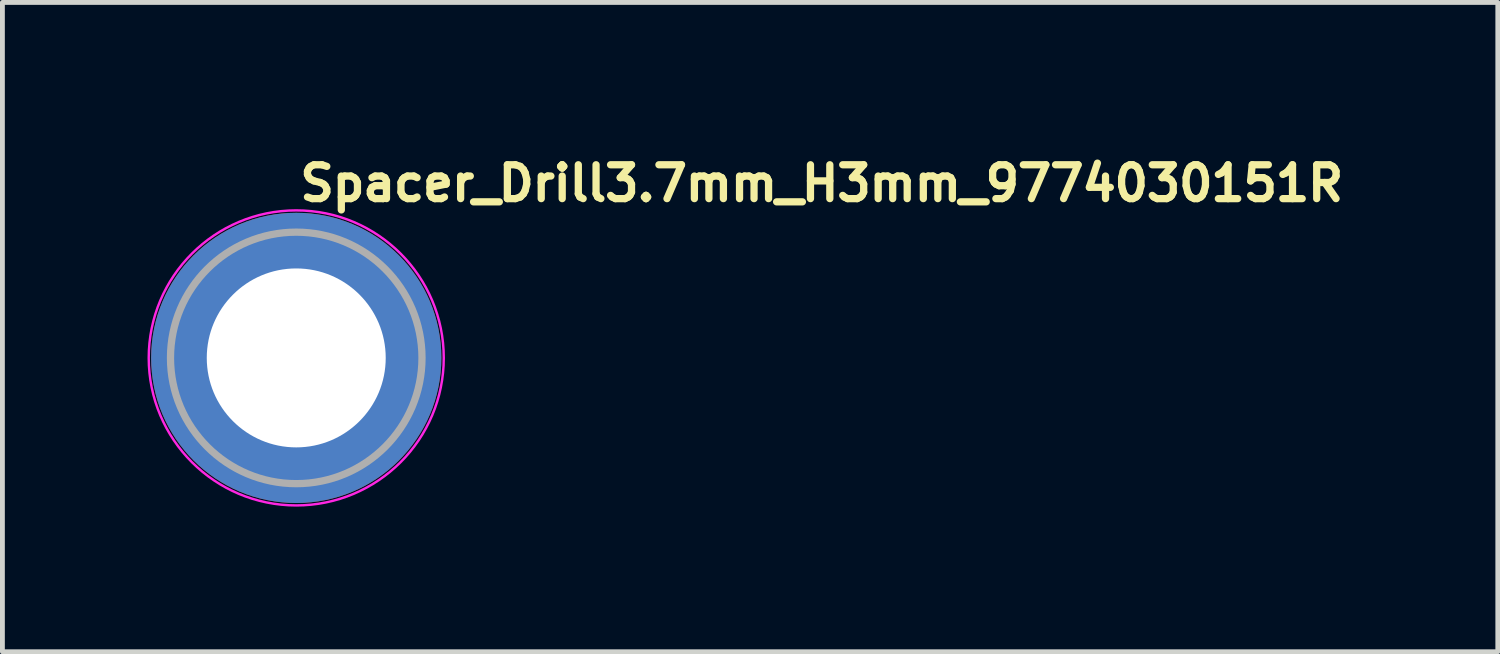
<source format=kicad_pcb>
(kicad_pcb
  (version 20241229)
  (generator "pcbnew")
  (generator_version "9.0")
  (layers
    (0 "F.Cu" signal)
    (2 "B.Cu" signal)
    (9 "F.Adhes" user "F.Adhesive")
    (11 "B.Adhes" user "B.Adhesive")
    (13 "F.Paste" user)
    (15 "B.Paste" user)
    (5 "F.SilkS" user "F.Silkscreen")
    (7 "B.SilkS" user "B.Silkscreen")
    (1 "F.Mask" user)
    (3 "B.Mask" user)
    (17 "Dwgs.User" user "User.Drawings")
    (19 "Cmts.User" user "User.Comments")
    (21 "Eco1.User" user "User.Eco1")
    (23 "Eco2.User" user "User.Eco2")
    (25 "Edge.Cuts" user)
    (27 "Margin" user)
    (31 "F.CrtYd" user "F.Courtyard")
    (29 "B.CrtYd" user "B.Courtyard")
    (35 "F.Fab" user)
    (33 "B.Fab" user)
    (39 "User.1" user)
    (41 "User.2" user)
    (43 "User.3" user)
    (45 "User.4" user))
  (footprint "Spacer_Drill3.7mm_H3mm_9774030151R"
    (layer "F.Cu")
    (at 3.075 4.35)
    (property "Reference" "Spacer_Drill3.7mm_H3mm_9774030151R" (at 0 -3.2 0) (layer "F.SilkS") (effects (font (size 0.7 0.7) (thickness 0.15)) (justify left bottom)))
    (attr smd)
    (fp_circle (center 0 0) (end 3.05 0) (stroke (width 0.05) (type solid)) (fill no) (layer "F.CrtYd"))
    (fp_circle (center 0 0) (end 2.6 0) (stroke (width 0.15) (type solid)) (fill no) (layer "F.Fab"))
    (fp_circle (center 0 0) (end 2.6 0) (stroke (width 0.1) (type solid)) (fill no) (layer "User.5"))
    (fp_line (start -2.549 0) (end -2.549 0) (stroke (width 0.02) (type solid)) (layer "User.9"))
    (fp_line (start -2.549 0) (end -2.545 0.131) (stroke (width 0.02) (type solid)) (layer "User.9"))
    (fp_line (start -2.545 -0.131) (end -2.549 0) (stroke (width 0.02) (type solid)) (layer "User.9"))
    (fp_line (start -2.545 0.131) (end -2.536 0.26) (stroke (width 0.02) (type solid)) (layer "User.9"))
    (fp_line (start -2.536 -0.26) (end -2.545 -0.131) (stroke (width 0.02) (type solid)) (layer "User.9"))
    (fp_line (start -2.536 0.26) (end -2.52 0.388) (stroke (width 0.02) (type solid)) (layer "User.9"))
    (fp_line (start -2.52 -0.388) (end -2.536 -0.26) (stroke (width 0.02) (type solid)) (layer "User.9"))
    (fp_line (start -2.52 0.388) (end -2.498 0.513) (stroke (width 0.02) (type solid)) (layer "User.9"))
    (fp_line (start -2.498 -0.513) (end -2.52 -0.388) (stroke (width 0.02) (type solid)) (layer "User.9"))
    (fp_line (start -2.498 0.513) (end -2.469 0.637) (stroke (width 0.02) (type solid)) (layer "User.9"))
    (fp_line (start -2.469 -0.637) (end -2.498 -0.513) (stroke (width 0.02) (type solid)) (layer "User.9"))
    (fp_line (start -2.469 0.637) (end -2.435 0.758) (stroke (width 0.02) (type solid)) (layer "User.9"))
    (fp_line (start -2.435 -0.758) (end -2.469 -0.637) (stroke (width 0.02) (type solid)) (layer "User.9"))
    (fp_line (start -2.435 0.758) (end -2.395 0.876) (stroke (width 0.02) (type solid)) (layer "User.9"))
    (fp_line (start -2.395 -0.876) (end -2.435 -0.758) (stroke (width 0.02) (type solid)) (layer "User.9"))
    (fp_line (start -2.395 0.876) (end -2.349 0.992) (stroke (width 0.02) (type solid)) (layer "User.9"))
    (fp_line (start -2.349 -0.992) (end -2.395 -0.876) (stroke (width 0.02) (type solid)) (layer "User.9"))
    (fp_line (start -2.349 0.992) (end -2.298 1.105) (stroke (width 0.02) (type solid)) (layer "User.9"))
    (fp_line (start -2.298 -1.105) (end -2.349 -0.992) (stroke (width 0.02) (type solid)) (layer "User.9"))
    (fp_line (start -2.298 1.105) (end -2.242 1.215) (stroke (width 0.02) (type solid)) (layer "User.9"))
    (fp_line (start -2.242 -1.215) (end -2.298 -1.105) (stroke (width 0.02) (type solid)) (layer "User.9"))
    (fp_line (start -2.242 1.215) (end -2.18 1.322) (stroke (width 0.02) (type solid)) (layer "User.9"))
    (fp_line (start -2.18 -1.322) (end -2.242 -1.215) (stroke (width 0.02) (type solid)) (layer "User.9"))
    (fp_line (start -2.18 1.322) (end -2.114 1.425) (stroke (width 0.02) (type solid)) (layer "User.9"))
    (fp_line (start -2.114 -1.425) (end -2.18 -1.322) (stroke (width 0.02) (type solid)) (layer "User.9"))
    (fp_line (start -2.114 1.425) (end -2.043 1.524) (stroke (width 0.02) (type solid)) (layer "User.9"))
    (fp_line (start -2.043 -1.524) (end -2.114 -1.425) (stroke (width 0.02) (type solid)) (layer "User.9"))
    (fp_line (start -2.043 1.524) (end -1.967 1.622) (stroke (width 0.02) (type solid)) (layer "User.9"))
    (fp_line (start -1.967 -1.622) (end -2.043 -1.524) (stroke (width 0.02) (type solid)) (layer "User.9"))
    (fp_line (start -1.967 1.622) (end -1.887 1.714) (stroke (width 0.02) (type solid)) (layer "User.9"))
    (fp_line (start -1.887 -1.714) (end -1.967 -1.622) (stroke (width 0.02) (type solid)) (layer "User.9"))
    (fp_line (start -1.887 1.714) (end -1.803 1.803) (stroke (width 0.02) (type solid)) (layer "User.9"))
    (fp_line (start -1.803 -1.803) (end -1.887 -1.714) (stroke (width 0.02) (type solid)) (layer "User.9"))
    (fp_line (start -1.803 1.803) (end -1.714 1.887) (stroke (width 0.02) (type solid)) (layer "User.9"))
    (fp_line (start -1.714 -1.887) (end -1.803 -1.803) (stroke (width 0.02) (type solid)) (layer "User.9"))
    (fp_line (start -1.714 1.887) (end -1.622 1.967) (stroke (width 0.02) (type solid)) (layer "User.9"))
    (fp_line (start -1.622 -1.967) (end -1.714 -1.887) (stroke (width 0.02) (type solid)) (layer "User.9"))
    (fp_line (start -1.622 1.967) (end -1.524 2.043) (stroke (width 0.02) (type solid)) (layer "User.9"))
    (fp_line (start -1.524 -2.043) (end -1.622 -1.967) (stroke (width 0.02) (type solid)) (layer "User.9"))
    (fp_line (start -1.524 2.043) (end -1.425 2.114) (stroke (width 0.02) (type solid)) (layer "User.9"))
    (fp_line (start -1.425 -2.114) (end -1.524 -2.043) (stroke (width 0.02) (type solid)) (layer "User.9"))
    (fp_line (start -1.425 2.114) (end -1.322 2.18) (stroke (width 0.02) (type solid)) (layer "User.9"))
    (fp_line (start -1.322 -2.18) (end -1.425 -2.114) (stroke (width 0.02) (type solid)) (layer "User.9"))
    (fp_line (start -1.322 2.18) (end -1.215 2.242) (stroke (width 0.02) (type solid)) (layer "User.9"))
    (fp_line (start -1.215 -2.242) (end -1.322 -2.18) (stroke (width 0.02) (type solid)) (layer "User.9"))
    (fp_line (start -1.215 2.242) (end -1.105 2.298) (stroke (width 0.02) (type solid)) (layer "User.9"))
    (fp_line (start -1.105 -2.298) (end -1.215 -2.242) (stroke (width 0.02) (type solid)) (layer "User.9"))
    (fp_line (start -1.105 2.298) (end -0.992 2.349) (stroke (width 0.02) (type solid)) (layer "User.9"))
    (fp_line (start -1.006 0) (end -1.006 0) (stroke (width 0.02) (type solid)) (layer "User.9"))
    (fp_line (start -1.006 0) (end -1.004 0.05) (stroke (width 0.02) (type solid)) (layer "User.9"))
    (fp_line (start -1.004 -0.05) (end -1.006 0) (stroke (width 0.02) (type solid)) (layer "User.9"))
    (fp_line (start -1.004 0.05) (end -1 0.101) (stroke (width 0.02) (type solid)) (layer "User.9"))
    (fp_line (start -1 -0.101) (end -1.004 -0.05) (stroke (width 0.02) (type solid)) (layer "User.9"))
    (fp_line (start -1 0.101) (end -0.994 0.153) (stroke (width 0.02) (type solid)) (layer "User.9"))
    (fp_line (start -0.994 -0.153) (end -1 -0.101) (stroke (width 0.02) (type solid)) (layer "User.9"))
    (fp_line (start -0.994 0.153) (end -0.986 0.202) (stroke (width 0.02) (type solid)) (layer "User.9"))
    (fp_line (start -0.992 -2.349) (end -1.105 -2.298) (stroke (width 0.02) (type solid)) (layer "User.9"))
    (fp_line (start -0.992 2.349) (end -0.876 2.395) (stroke (width 0.02) (type solid)) (layer "User.9"))
    (fp_line (start -0.986 -0.202) (end -0.994 -0.153) (stroke (width 0.02) (type solid)) (layer "User.9"))
    (fp_line (start -0.986 0.202) (end -0.974 0.251) (stroke (width 0.02) (type solid)) (layer "User.9"))
    (fp_line (start -0.974 -0.251) (end -0.986 -0.202) (stroke (width 0.02) (type solid)) (layer "User.9"))
    (fp_line (start -0.974 0.251) (end -0.961 0.299) (stroke (width 0.02) (type solid)) (layer "User.9"))
    (fp_line (start -0.961 -0.299) (end -0.974 -0.251) (stroke (width 0.02) (type solid)) (layer "User.9"))
    (fp_line (start -0.961 0.299) (end -0.944 0.345) (stroke (width 0.02) (type solid)) (layer "User.9"))
    (fp_line (start -0.944 -0.345) (end -0.961 -0.299) (stroke (width 0.02) (type solid)) (layer "User.9"))
    (fp_line (start -0.944 0.345) (end -0.927 0.391) (stroke (width 0.02) (type solid)) (layer "User.9"))
    (fp_line (start -0.927 -0.391) (end -0.944 -0.345) (stroke (width 0.02) (type solid)) (layer "User.9"))
    (fp_line (start -0.927 0.391) (end -0.907 0.436) (stroke (width 0.02) (type solid)) (layer "User.9"))
    (fp_line (start -0.907 -0.436) (end -0.927 -0.391) (stroke (width 0.02) (type solid)) (layer "User.9"))
    (fp_line (start -0.907 0.436) (end -0.885 0.478) (stroke (width 0.02) (type solid)) (layer "User.9"))
    (fp_line (start -0.885 -0.478) (end -0.907 -0.436) (stroke (width 0.02) (type solid)) (layer "User.9"))
    (fp_line (start -0.885 0.478) (end -0.86 0.521) (stroke (width 0.02) (type solid)) (layer "User.9"))
    (fp_line (start -0.876 -2.395) (end -0.992 -2.349) (stroke (width 0.02) (type solid)) (layer "User.9"))
    (fp_line (start -0.876 2.395) (end -0.758 2.435) (stroke (width 0.02) (type solid)) (layer "User.9"))
    (fp_line (start -0.86 -0.521) (end -0.885 -0.478) (stroke (width 0.02) (type solid)) (layer "User.9"))
    (fp_line (start -0.86 0.521) (end -0.834 0.562) (stroke (width 0.02) (type solid)) (layer "User.9"))
    (fp_line (start -0.834 -0.562) (end -0.86 -0.521) (stroke (width 0.02) (type solid)) (layer "User.9"))
    (fp_line (start -0.834 0.562) (end -0.806 0.602) (stroke (width 0.02) (type solid)) (layer "User.9"))
    (fp_line (start -0.806 -0.602) (end -0.834 -0.562) (stroke (width 0.02) (type solid)) (layer "User.9"))
    (fp_line (start -0.806 0.602) (end -0.776 0.64) (stroke (width 0.02) (type solid)) (layer "User.9"))
    (fp_line (start -0.776 -0.64) (end -0.806 -0.602) (stroke (width 0.02) (type solid)) (layer "User.9"))
    (fp_line (start -0.776 0.64) (end -0.745 0.676) (stroke (width 0.02) (type solid)) (layer "User.9"))
    (fp_line (start -0.758 -2.435) (end -0.876 -2.395) (stroke (width 0.02) (type solid)) (layer "User.9"))
    (fp_line (start -0.758 2.435) (end -0.637 2.469) (stroke (width 0.02) (type solid)) (layer "User.9"))
    (fp_line (start -0.745 -0.676) (end -0.776 -0.64) (stroke (width 0.02) (type solid)) (layer "User.9"))
    (fp_line (start -0.745 0.676) (end -0.711 0.711) (stroke (width 0.02) (type solid)) (layer "User.9"))
    (fp_line (start -0.711 -0.711) (end -0.745 -0.676) (stroke (width 0.02) (type solid)) (layer "User.9"))
    (fp_line (start -0.711 0.711) (end -0.676 0.745) (stroke (width 0.02) (type solid)) (layer "User.9"))
    (fp_line (start -0.676 -0.745) (end -0.711 -0.711) (stroke (width 0.02) (type solid)) (layer "User.9"))
    (fp_line (start -0.676 0.745) (end -0.64 0.776) (stroke (width 0.02) (type solid)) (layer "User.9"))
    (fp_line (start -0.64 -0.776) (end -0.676 -0.745) (stroke (width 0.02) (type solid)) (layer "User.9"))
    (fp_line (start -0.64 0.776) (end -0.602 0.806) (stroke (width 0.02) (type solid)) (layer "User.9"))
    (fp_line (start -0.637 -2.469) (end -0.758 -2.435) (stroke (width 0.02) (type solid)) (layer "User.9"))
    (fp_line (start -0.637 2.469) (end -0.513 2.498) (stroke (width 0.02) (type solid)) (layer "User.9"))
    (fp_line (start -0.602 -0.806) (end -0.64 -0.776) (stroke (width 0.02) (type solid)) (layer "User.9"))
    (fp_line (start -0.602 0.806) (end -0.562 0.834) (stroke (width 0.02) (type solid)) (layer "User.9"))
    (fp_line (start -0.562 -0.834) (end -0.602 -0.806) (stroke (width 0.02) (type solid)) (layer "User.9"))
    (fp_line (start -0.562 0.834) (end -0.521 0.86) (stroke (width 0.02) (type solid)) (layer "User.9"))
    (fp_line (start -0.521 -0.86) (end -0.562 -0.834) (stroke (width 0.02) (type solid)) (layer "User.9"))
    (fp_line (start -0.521 0.86) (end -0.478 0.885) (stroke (width 0.02) (type solid)) (layer "User.9"))
    (fp_line (start -0.513 -2.498) (end -0.637 -2.469) (stroke (width 0.02) (type solid)) (layer "User.9"))
    (fp_line (start -0.513 2.498) (end -0.388 2.52) (stroke (width 0.02) (type solid)) (layer "User.9"))
    (fp_line (start -0.478 -0.885) (end -0.521 -0.86) (stroke (width 0.02) (type solid)) (layer "User.9"))
    (fp_line (start -0.478 0.885) (end -0.436 0.907) (stroke (width 0.02) (type solid)) (layer "User.9"))
    (fp_line (start -0.436 -0.907) (end -0.478 -0.885) (stroke (width 0.02) (type solid)) (layer "User.9"))
    (fp_line (start -0.436 0.907) (end -0.391 0.927) (stroke (width 0.02) (type solid)) (layer "User.9"))
    (fp_line (start -0.391 -0.927) (end -0.436 -0.907) (stroke (width 0.02) (type solid)) (layer "User.9"))
    (fp_line (start -0.391 0.927) (end -0.345 0.944) (stroke (width 0.02) (type solid)) (layer "User.9"))
    (fp_line (start -0.388 -2.52) (end -0.513 -2.498) (stroke (width 0.02) (type solid)) (layer "User.9"))
    (fp_line (start -0.388 2.52) (end -0.26 2.536) (stroke (width 0.02) (type solid)) (layer "User.9"))
    (fp_line (start -0.345 -0.944) (end -0.391 -0.927) (stroke (width 0.02) (type solid)) (layer "User.9"))
    (fp_line (start -0.345 0.944) (end -0.299 0.961) (stroke (width 0.02) (type solid)) (layer "User.9"))
    (fp_line (start -0.299 -0.961) (end -0.345 -0.944) (stroke (width 0.02) (type solid)) (layer "User.9"))
    (fp_line (start -0.299 0.961) (end -0.251 0.974) (stroke (width 0.02) (type solid)) (layer "User.9"))
    (fp_line (start -0.26 -2.536) (end -0.388 -2.52) (stroke (width 0.02) (type solid)) (layer "User.9"))
    (fp_line (start -0.26 2.536) (end -0.131 2.545) (stroke (width 0.02) (type solid)) (layer "User.9"))
    (fp_line (start -0.251 -0.974) (end -0.299 -0.961) (stroke (width 0.02) (type solid)) (layer "User.9"))
    (fp_line (start -0.251 0.974) (end -0.202 0.986) (stroke (width 0.02) (type solid)) (layer "User.9"))
    (fp_line (start -0.202 -0.986) (end -0.251 -0.974) (stroke (width 0.02) (type solid)) (layer "User.9"))
    (fp_line (start -0.202 0.986) (end -0.153 0.994) (stroke (width 0.02) (type solid)) (layer "User.9"))
    (fp_line (start -0.153 -0.994) (end -0.202 -0.986) (stroke (width 0.02) (type solid)) (layer "User.9"))
    (fp_line (start -0.153 0.994) (end -0.101 1) (stroke (width 0.02) (type solid)) (layer "User.9"))
    (fp_line (start -0.131 -2.545) (end -0.26 -2.536) (stroke (width 0.02) (type solid)) (layer "User.9"))
    (fp_line (start -0.131 2.545) (end 0 2.549) (stroke (width 0.02) (type solid)) (layer "User.9"))
    (fp_line (start -0.101 -1) (end -0.153 -0.994) (stroke (width 0.02) (type solid)) (layer "User.9"))
    (fp_line (start -0.101 1) (end -0.05 1.004) (stroke (width 0.02) (type solid)) (layer "User.9"))
    (fp_line (start -0.05 -1.004) (end -0.101 -1) (stroke (width 0.02) (type solid)) (layer "User.9"))
    (fp_line (start -0.05 1.004) (end 0 1.006) (stroke (width 0.02) (type solid)) (layer "User.9"))
    (fp_line (start 0 -2.549) (end -0.131 -2.545) (stroke (width 0.02) (type solid)) (layer "User.9"))
    (fp_line (start 0 -2.549) (end 0 -2.549) (stroke (width 0.02) (type solid)) (layer "User.9"))
    (fp_line (start 0 -1.006) (end -0.05 -1.004) (stroke (width 0.02) (type solid)) (layer "User.9"))
    (fp_line (start 0 -1.006) (end 0 -1.006) (stroke (width 0.02) (type solid)) (layer "User.9"))
    (fp_line (start 0 1.006) (end 0 1.006) (stroke (width 0.02) (type solid)) (layer "User.9"))
    (fp_line (start 0 1.006) (end 0.05 1.004) (stroke (width 0.02) (type solid)) (layer "User.9"))
    (fp_line (start 0 2.549) (end 0 2.549) (stroke (width 0.02) (type solid)) (layer "User.9"))
    (fp_line (start 0 2.549) (end 0.131 2.545) (stroke (width 0.02) (type solid)) (layer "User.9"))
    (fp_line (start 0.05 -1.004) (end 0 -1.006) (stroke (width 0.02) (type solid)) (layer "User.9"))
    (fp_line (start 0.05 1.004) (end 0.101 1) (stroke (width 0.02) (type solid)) (layer "User.9"))
    (fp_line (start 0.101 -1) (end 0.05 -1.004) (stroke (width 0.02) (type solid)) (layer "User.9"))
    (fp_line (start 0.101 1) (end 0.153 0.994) (stroke (width 0.02) (type solid)) (layer "User.9"))
    (fp_line (start 0.131 -2.545) (end 0 -2.549) (stroke (width 0.02) (type solid)) (layer "User.9"))
    (fp_line (start 0.131 2.545) (end 0.26 2.536) (stroke (width 0.02) (type solid)) (layer "User.9"))
    (fp_line (start 0.153 -0.994) (end 0.101 -1) (stroke (width 0.02) (type solid)) (layer "User.9"))
    (fp_line (start 0.153 0.994) (end 0.202 0.986) (stroke (width 0.02) (type solid)) (layer "User.9"))
    (fp_line (start 0.202 -0.986) (end 0.153 -0.994) (stroke (width 0.02) (type solid)) (layer "User.9"))
    (fp_line (start 0.202 0.986) (end 0.251 0.974) (stroke (width 0.02) (type solid)) (layer "User.9"))
    (fp_line (start 0.251 -0.974) (end 0.202 -0.986) (stroke (width 0.02) (type solid)) (layer "User.9"))
    (fp_line (start 0.251 0.974) (end 0.299 0.961) (stroke (width 0.02) (type solid)) (layer "User.9"))
    (fp_line (start 0.26 -2.536) (end 0.131 -2.545) (stroke (width 0.02) (type solid)) (layer "User.9"))
    (fp_line (start 0.26 2.536) (end 0.388 2.52) (stroke (width 0.02) (type solid)) (layer "User.9"))
    (fp_line (start 0.299 -0.961) (end 0.251 -0.974) (stroke (width 0.02) (type solid)) (layer "User.9"))
    (fp_line (start 0.299 0.961) (end 0.345 0.944) (stroke (width 0.02) (type solid)) (layer "User.9"))
    (fp_line (start 0.345 -0.944) (end 0.299 -0.961) (stroke (width 0.02) (type solid)) (layer "User.9"))
    (fp_line (start 0.345 0.944) (end 0.391 0.927) (stroke (width 0.02) (type solid)) (layer "User.9"))
    (fp_line (start 0.388 -2.52) (end 0.26 -2.536) (stroke (width 0.02) (type solid)) (layer "User.9"))
    (fp_line (start 0.388 2.52) (end 0.513 2.498) (stroke (width 0.02) (type solid)) (layer "User.9"))
    (fp_line (start 0.391 -0.927) (end 0.345 -0.944) (stroke (width 0.02) (type solid)) (layer "User.9"))
    (fp_line (start 0.391 0.927) (end 0.436 0.907) (stroke (width 0.02) (type solid)) (layer "User.9"))
    (fp_line (start 0.436 -0.907) (end 0.391 -0.927) (stroke (width 0.02) (type solid)) (layer "User.9"))
    (fp_line (start 0.436 0.907) (end 0.478 0.885) (stroke (width 0.02) (type solid)) (layer "User.9"))
    (fp_line (start 0.478 -0.885) (end 0.436 -0.907) (stroke (width 0.02) (type solid)) (layer "User.9"))
    (fp_line (start 0.478 0.885) (end 0.521 0.86) (stroke (width 0.02) (type solid)) (layer "User.9"))
    (fp_line (start 0.513 -2.498) (end 0.388 -2.52) (stroke (width 0.02) (type solid)) (layer "User.9"))
    (fp_line (start 0.513 2.498) (end 0.637 2.469) (stroke (width 0.02) (type solid)) (layer "User.9"))
    (fp_line (start 0.521 -0.86) (end 0.478 -0.885) (stroke (width 0.02) (type solid)) (layer "User.9"))
    (fp_line (start 0.521 0.86) (end 0.562 0.834) (stroke (width 0.02) (type solid)) (layer "User.9"))
    (fp_line (start 0.562 -0.834) (end 0.521 -0.86) (stroke (width 0.02) (type solid)) (layer "User.9"))
    (fp_line (start 0.562 0.834) (end 0.602 0.806) (stroke (width 0.02) (type solid)) (layer "User.9"))
    (fp_line (start 0.602 -0.806) (end 0.562 -0.834) (stroke (width 0.02) (type solid)) (layer "User.9"))
    (fp_line (start 0.602 0.806) (end 0.64 0.776) (stroke (width 0.02) (type solid)) (layer "User.9"))
    (fp_line (start 0.637 -2.469) (end 0.513 -2.498) (stroke (width 0.02) (type solid)) (layer "User.9"))
    (fp_line (start 0.637 2.469) (end 0.758 2.435) (stroke (width 0.02) (type solid)) (layer "User.9"))
    (fp_line (start 0.64 -0.776) (end 0.602 -0.806) (stroke (width 0.02) (type solid)) (layer "User.9"))
    (fp_line (start 0.64 0.776) (end 0.676 0.745) (stroke (width 0.02) (type solid)) (layer "User.9"))
    (fp_line (start 0.676 -0.745) (end 0.64 -0.776) (stroke (width 0.02) (type solid)) (layer "User.9"))
    (fp_line (start 0.676 0.745) (end 0.711 0.711) (stroke (width 0.02) (type solid)) (layer "User.9"))
    (fp_line (start 0.711 -0.711) (end 0.676 -0.745) (stroke (width 0.02) (type solid)) (layer "User.9"))
    (fp_line (start 0.711 0.711) (end 0.745 0.676) (stroke (width 0.02) (type solid)) (layer "User.9"))
    (fp_line (start 0.745 -0.676) (end 0.711 -0.711) (stroke (width 0.02) (type solid)) (layer "User.9"))
    (fp_line (start 0.745 0.676) (end 0.776 0.64) (stroke (width 0.02) (type solid)) (layer "User.9"))
    (fp_line (start 0.758 -2.435) (end 0.637 -2.469) (stroke (width 0.02) (type solid)) (layer "User.9"))
    (fp_line (start 0.758 2.435) (end 0.876 2.395) (stroke (width 0.02) (type solid)) (layer "User.9"))
    (fp_line (start 0.776 -0.64) (end 0.745 -0.676) (stroke (width 0.02) (type solid)) (layer "User.9"))
    (fp_line (start 0.776 0.64) (end 0.806 0.602) (stroke (width 0.02) (type solid)) (layer "User.9"))
    (fp_line (start 0.806 -0.602) (end 0.776 -0.64) (stroke (width 0.02) (type solid)) (layer "User.9"))
    (fp_line (start 0.806 0.602) (end 0.834 0.562) (stroke (width 0.02) (type solid)) (layer "User.9"))
    (fp_line (start 0.834 -0.562) (end 0.806 -0.602) (stroke (width 0.02) (type solid)) (layer "User.9"))
    (fp_line (start 0.834 0.562) (end 0.86 0.521) (stroke (width 0.02) (type solid)) (layer "User.9"))
    (fp_line (start 0.86 -0.521) (end 0.834 -0.562) (stroke (width 0.02) (type solid)) (layer "User.9"))
    (fp_line (start 0.86 0.521) (end 0.885 0.478) (stroke (width 0.02) (type solid)) (layer "User.9"))
    (fp_line (start 0.876 -2.395) (end 0.758 -2.435) (stroke (width 0.02) (type solid)) (layer "User.9"))
    (fp_line (start 0.876 2.395) (end 0.992 2.349) (stroke (width 0.02) (type solid)) (layer "User.9"))
    (fp_line (start 0.885 -0.478) (end 0.86 -0.521) (stroke (width 0.02) (type solid)) (layer "User.9"))
    (fp_line (start 0.885 0.478) (end 0.907 0.436) (stroke (width 0.02) (type solid)) (layer "User.9"))
    (fp_line (start 0.907 -0.436) (end 0.885 -0.478) (stroke (width 0.02) (type solid)) (layer "User.9"))
    (fp_line (start 0.907 0.436) (end 0.927 0.391) (stroke (width 0.02) (type solid)) (layer "User.9"))
    (fp_line (start 0.927 -0.391) (end 0.907 -0.436) (stroke (width 0.02) (type solid)) (layer "User.9"))
    (fp_line (start 0.927 0.391) (end 0.944 0.345) (stroke (width 0.02) (type solid)) (layer "User.9"))
    (fp_line (start 0.944 -0.345) (end 0.927 -0.391) (stroke (width 0.02) (type solid)) (layer "User.9"))
    (fp_line (start 0.944 0.345) (end 0.961 0.299) (stroke (width 0.02) (type solid)) (layer "User.9"))
    (fp_line (start 0.961 -0.299) (end 0.944 -0.345) (stroke (width 0.02) (type solid)) (layer "User.9"))
    (fp_line (start 0.961 0.299) (end 0.974 0.251) (stroke (width 0.02) (type solid)) (layer "User.9"))
    (fp_line (start 0.974 -0.251) (end 0.961 -0.299) (stroke (width 0.02) (type solid)) (layer "User.9"))
    (fp_line (start 0.974 0.251) (end 0.986 0.202) (stroke (width 0.02) (type solid)) (layer "User.9"))
    (fp_line (start 0.986 -0.202) (end 0.974 -0.251) (stroke (width 0.02) (type solid)) (layer "User.9"))
    (fp_line (start 0.986 0.202) (end 0.994 0.153) (stroke (width 0.02) (type solid)) (layer "User.9"))
    (fp_line (start 0.992 -2.349) (end 0.876 -2.395) (stroke (width 0.02) (type solid)) (layer "User.9"))
    (fp_line (start 0.992 2.349) (end 1.105 2.298) (stroke (width 0.02) (type solid)) (layer "User.9"))
    (fp_line (start 0.994 -0.153) (end 0.986 -0.202) (stroke (width 0.02) (type solid)) (layer "User.9"))
    (fp_line (start 0.994 0.153) (end 1 0.101) (stroke (width 0.02) (type solid)) (layer "User.9"))
    (fp_line (start 1 -0.101) (end 0.994 -0.153) (stroke (width 0.02) (type solid)) (layer "User.9"))
    (fp_line (start 1 0.101) (end 1.004 0.05) (stroke (width 0.02) (type solid)) (layer "User.9"))
    (fp_line (start 1.004 -0.05) (end 1 -0.101) (stroke (width 0.02) (type solid)) (layer "User.9"))
    (fp_line (start 1.004 0.05) (end 1.006 0) (stroke (width 0.02) (type solid)) (layer "User.9"))
    (fp_line (start 1.006 0) (end 1.004 -0.05) (stroke (width 0.02) (type solid)) (layer "User.9"))
    (fp_line (start 1.006 0) (end 1.006 0) (stroke (width 0.02) (type solid)) (layer "User.9"))
    (fp_line (start 1.006 0) (end 1.006 0) (stroke (width 0.02) (type solid)) (layer "User.9"))
    (fp_line (start 1.105 -2.298) (end 0.992 -2.349) (stroke (width 0.02) (type solid)) (layer "User.9"))
    (fp_line (start 1.105 2.298) (end 1.215 2.242) (stroke (width 0.02) (type solid)) (layer "User.9"))
    (fp_line (start 1.215 -2.242) (end 1.105 -2.298) (stroke (width 0.02) (type solid)) (layer "User.9"))
    (fp_line (start 1.215 2.242) (end 1.322 2.18) (stroke (width 0.02) (type solid)) (layer "User.9"))
    (fp_line (start 1.322 -2.18) (end 1.215 -2.242) (stroke (width 0.02) (type solid)) (layer "User.9"))
    (fp_line (start 1.322 2.18) (end 1.425 2.114) (stroke (width 0.02) (type solid)) (layer "User.9"))
    (fp_line (start 1.425 -2.114) (end 1.322 -2.18) (stroke (width 0.02) (type solid)) (layer "User.9"))
    (fp_line (start 1.425 2.114) (end 1.524 2.043) (stroke (width 0.02) (type solid)) (layer "User.9"))
    (fp_line (start 1.524 -2.043) (end 1.425 -2.114) (stroke (width 0.02) (type solid)) (layer "User.9"))
    (fp_line (start 1.524 2.043) (end 1.622 1.967) (stroke (width 0.02) (type solid)) (layer "User.9"))
    (fp_line (start 1.622 -1.967) (end 1.524 -2.043) (stroke (width 0.02) (type solid)) (layer "User.9"))
    (fp_line (start 1.622 1.967) (end 1.714 1.887) (stroke (width 0.02) (type solid)) (layer "User.9"))
    (fp_line (start 1.714 -1.887) (end 1.622 -1.967) (stroke (width 0.02) (type solid)) (layer "User.9"))
    (fp_line (start 1.714 1.887) (end 1.803 1.803) (stroke (width 0.02) (type solid)) (layer "User.9"))
    (fp_line (start 1.803 -1.803) (end 1.714 -1.887) (stroke (width 0.02) (type solid)) (layer "User.9"))
    (fp_line (start 1.803 1.803) (end 1.887 1.714) (stroke (width 0.02) (type solid)) (layer "User.9"))
    (fp_line (start 1.887 -1.714) (end 1.803 -1.803) (stroke (width 0.02) (type solid)) (layer "User.9"))
    (fp_line (start 1.887 1.714) (end 1.967 1.622) (stroke (width 0.02) (type solid)) (layer "User.9"))
    (fp_line (start 1.967 -1.622) (end 1.887 -1.714) (stroke (width 0.02) (type solid)) (layer "User.9"))
    (fp_line (start 1.967 1.622) (end 2.043 1.524) (stroke (width 0.02) (type solid)) (layer "User.9"))
    (fp_line (start 2.043 -1.524) (end 1.967 -1.622) (stroke (width 0.02) (type solid)) (layer "User.9"))
    (fp_line (start 2.043 1.524) (end 2.114 1.425) (stroke (width 0.02) (type solid)) (layer "User.9"))
    (fp_line (start 2.114 -1.425) (end 2.043 -1.524) (stroke (width 0.02) (type solid)) (layer "User.9"))
    (fp_line (start 2.114 1.425) (end 2.18 1.322) (stroke (width 0.02) (type solid)) (layer "User.9"))
    (fp_line (start 2.18 -1.322) (end 2.114 -1.425) (stroke (width 0.02) (type solid)) (layer "User.9"))
    (fp_line (start 2.18 1.322) (end 2.242 1.215) (stroke (width 0.02) (type solid)) (layer "User.9"))
    (fp_line (start 2.242 -1.215) (end 2.18 -1.322) (stroke (width 0.02) (type solid)) (layer "User.9"))
    (fp_line (start 2.242 1.215) (end 2.298 1.105) (stroke (width 0.02) (type solid)) (layer "User.9"))
    (fp_line (start 2.298 -1.105) (end 2.242 -1.215) (stroke (width 0.02) (type solid)) (layer "User.9"))
    (fp_line (start 2.298 1.105) (end 2.349 0.992) (stroke (width 0.02) (type solid)) (layer "User.9"))
    (fp_line (start 2.349 -0.992) (end 2.298 -1.105) (stroke (width 0.02) (type solid)) (layer "User.9"))
    (fp_line (start 2.349 0.992) (end 2.395 0.876) (stroke (width 0.02) (type solid)) (layer "User.9"))
    (fp_line (start 2.395 -0.876) (end 2.349 -0.992) (stroke (width 0.02) (type solid)) (layer "User.9"))
    (fp_line (start 2.395 0.876) (end 2.435 0.758) (stroke (width 0.02) (type solid)) (layer "User.9"))
    (fp_line (start 2.435 -0.758) (end 2.395 -0.876) (stroke (width 0.02) (type solid)) (layer "User.9"))
    (fp_line (start 2.435 0.758) (end 2.469 0.637) (stroke (width 0.02) (type solid)) (layer "User.9"))
    (fp_line (start 2.469 -0.637) (end 2.435 -0.758) (stroke (width 0.02) (type solid)) (layer "User.9"))
    (fp_line (start 2.469 0.637) (end 2.498 0.513) (stroke (width 0.02) (type solid)) (layer "User.9"))
    (fp_line (start 2.498 -0.513) (end 2.469 -0.637) (stroke (width 0.02) (type solid)) (layer "User.9"))
    (fp_line (start 2.498 0.513) (end 2.52 0.388) (stroke (width 0.02) (type solid)) (layer "User.9"))
    (fp_line (start 2.52 -0.388) (end 2.498 -0.513) (stroke (width 0.02) (type solid)) (layer "User.9"))
    (fp_line (start 2.52 0.388) (end 2.536 0.26) (stroke (width 0.02) (type solid)) (layer "User.9"))
    (fp_line (start 2.536 -0.26) (end 2.52 -0.388) (stroke (width 0.02) (type solid)) (layer "User.9"))
    (fp_line (start 2.536 0.26) (end 2.545 0.131) (stroke (width 0.02) (type solid)) (layer "User.9"))
    (fp_line (start 2.545 -0.131) (end 2.536 -0.26) (stroke (width 0.02) (type solid)) (layer "User.9"))
    (fp_line (start 2.545 0.131) (end 2.549 0) (stroke (width 0.02) (type solid)) (layer "User.9"))
    (fp_line (start 2.549 0) (end 2.545 -0.131) (stroke (width 0.02) (type solid)) (layer "User.9"))
    (fp_line (start 2.549 0) (end 2.549 0) (stroke (width 0.02) (type solid)) (layer "User.9"))
    (fp_line (start 2.549 0) (end 2.549 0) (stroke (width 0.02) (type solid)) (layer "User.9"))
    (pad "" smd custom (at -1.709 -1.709) (size 0.62 0.62) (layers "F.Paste") (options (anchor circle)) (primitives (gr_arc (start -0.250195 1.279127) (mid 0.285453 0.294389) (end 1.266786 -0.24747) (width 0.2)) (gr_arc (start -0.34334 1.279127) (mid 0.218448 0.232561) (end 1.259603 -0.339191) (width 0.2)) (gr_arc (start -0.436309 1.279127) (mid 0.152481 0.169693) (end 1.255279 -0.431435) (width 0.2)) (gr_arc (start -0.529126 1.279127) (mid 0.087542 0.105784) (end 1.253811 -0.524161) (width 0.2)) (gr_arc (start -0.621807 1.279127) (mid 0.0309 0.033527) (end 1.275473 -0.621136) (width 0.2)) (gr_arc (start -0.71437 1.279127) (mid -0.037758 -0.026651) (end 1.263664 -0.711602) (width 0.2)) (gr_arc (start -0.806826 1.279127) (mid -0.105837 -0.087395) (end 1.253435 -0.802342) (width 0.2)) (gr_arc (start -0.899187 1.279127) (mid -0.165236 -0.156885) (end 1.267475 -0.897258) (width 0.2)) (gr_arc (start -0.991463 1.279127) (mid -0.228522 -0.222449) (end 1.270645 -0.990112) (width 0.2)) (gr_arc (start -1.083663 1.279127) (mid -0.294507 -0.285313) (end 1.266278 -1.081674) (width 0.2)) (gr_line (start 1.279 -0.25) (end 1.279 -1.084) (width 0.2)) (gr_line (start -0.25 1.279) (end -1.084 1.279) (width 0.2))))
    (pad "" smd custom (at -1.709 1.7 90) (size 0.62 0.62) (layers "F.Paste") (options (anchor circle)) (primitives (gr_arc (start -0.250195 1.279127) (mid 0.285453 0.294389) (end 1.266786 -0.24747) (width 0.2)) (gr_arc (start -0.34334 1.279127) (mid 0.218448 0.232561) (end 1.259603 -0.339191) (width 0.2)) (gr_arc (start -0.436309 1.279127) (mid 0.152481 0.169693) (end 1.255279 -0.431435) (width 0.2)) (gr_arc (start -0.529126 1.279127) (mid 0.087542 0.105784) (end 1.253811 -0.524161) (width 0.2)) (gr_arc (start -0.621807 1.279127) (mid 0.0309 0.033527) (end 1.275473 -0.621136) (width 0.2)) (gr_arc (start -0.71437 1.279127) (mid -0.037758 -0.026651) (end 1.263664 -0.711602) (width 0.2)) (gr_arc (start -0.806826 1.279127) (mid -0.105837 -0.087395) (end 1.253435 -0.802342) (width 0.2)) (gr_arc (start -0.899187 1.279127) (mid -0.165236 -0.156885) (end 1.267475 -0.897258) (width 0.2)) (gr_arc (start -0.991463 1.279127) (mid -0.228522 -0.222449) (end 1.270645 -0.990112) (width 0.2)) (gr_arc (start -1.083663 1.279127) (mid -0.294507 -0.285313) (end 1.266278 -1.081674) (width 0.2)) (gr_line (start 1.279 -0.25) (end 1.279 -1.084) (width 0.2)) (gr_line (start -0.25 1.279) (end -1.084 1.279) (width 0.2))))
    (pad "" smd custom (at 1.7 -1.709 270) (size 0.62 0.62) (layers "F.Paste") (options (anchor circle)) (primitives (gr_arc (start -0.250195 1.279127) (mid 0.285453 0.294389) (end 1.266786 -0.24747) (width 0.2)) (gr_arc (start -0.34334 1.279127) (mid 0.218448 0.232561) (end 1.259603 -0.339191) (width 0.2)) (gr_arc (start -0.436309 1.279127) (mid 0.152481 0.169693) (end 1.255279 -0.431435) (width 0.2)) (gr_arc (start -0.529126 1.279127) (mid 0.087542 0.105784) (end 1.253811 -0.524161) (width 0.2)) (gr_arc (start -0.621807 1.279127) (mid 0.0309 0.033527) (end 1.275473 -0.621136) (width 0.2)) (gr_arc (start -0.71437 1.279127) (mid -0.037758 -0.026651) (end 1.263664 -0.711602) (width 0.2)) (gr_arc (start -0.806826 1.279127) (mid -0.105837 -0.087395) (end 1.253435 -0.802342) (width 0.2)) (gr_arc (start -0.899187 1.279127) (mid -0.165236 -0.156885) (end 1.267475 -0.897258) (width 0.2)) (gr_arc (start -0.991463 1.279127) (mid -0.228522 -0.222449) (end 1.270645 -0.990112) (width 0.2)) (gr_arc (start -1.083663 1.279127) (mid -0.294507 -0.285313) (end 1.266278 -1.081674) (width 0.2)) (gr_line (start 1.279 -0.25) (end 1.279 -1.084) (width 0.2)) (gr_line (start -0.25 1.279) (end -1.084 1.279) (width 0.2))))
    (pad "" smd custom (at 1.7 1.7 180) (size 0.62 0.62) (layers "F.Paste") (options (anchor circle)) (primitives (gr_arc (start -0.250195 1.279127) (mid 0.285453 0.294389) (end 1.266786 -0.24747) (width 0.2)) (gr_arc (start -0.34334 1.279127) (mid 0.218448 0.232561) (end 1.259603 -0.339191) (width 0.2)) (gr_arc (start -0.436309 1.279127) (mid 0.152481 0.169693) (end 1.255279 -0.431435) (width 0.2)) (gr_arc (start -0.529126 1.279127) (mid 0.087542 0.105784) (end 1.253811 -0.524161) (width 0.2)) (gr_arc (start -0.621807 1.279127) (mid 0.0309 0.033527) (end 1.275473 -0.621136) (width 0.2)) (gr_arc (start -0.71437 1.279127) (mid -0.037758 -0.026651) (end 1.263664 -0.711602) (width 0.2)) (gr_arc (start -0.806826 1.279127) (mid -0.105837 -0.087395) (end 1.253435 -0.802342) (width 0.2)) (gr_arc (start -0.899187 1.279127) (mid -0.165236 -0.156885) (end 1.267475 -0.897258) (width 0.2)) (gr_arc (start -0.991463 1.279127) (mid -0.228522 -0.222449) (end 1.270645 -0.990112) (width 0.2)) (gr_arc (start -1.083663 1.279127) (mid -0.294507 -0.285313) (end 1.266278 -1.081674) (width 0.2)) (gr_line (start 1.279 -0.25) (end 1.279 -1.084) (width 0.2)) (gr_line (start -0.25 1.279) (end -1.084 1.279) (width 0.2))))
    (pad "1" thru_hole circle (at 0 0) (size 6 6) (drill 3.7) (layers "*.Cu" "*.Mask")))
  (gr_rect
    (start -3 -3)
    (end 27.918 10.425)
    (stroke (width 0.1) (type default))
    (fill no)
    (layer "Edge.Cuts")))
</source>
